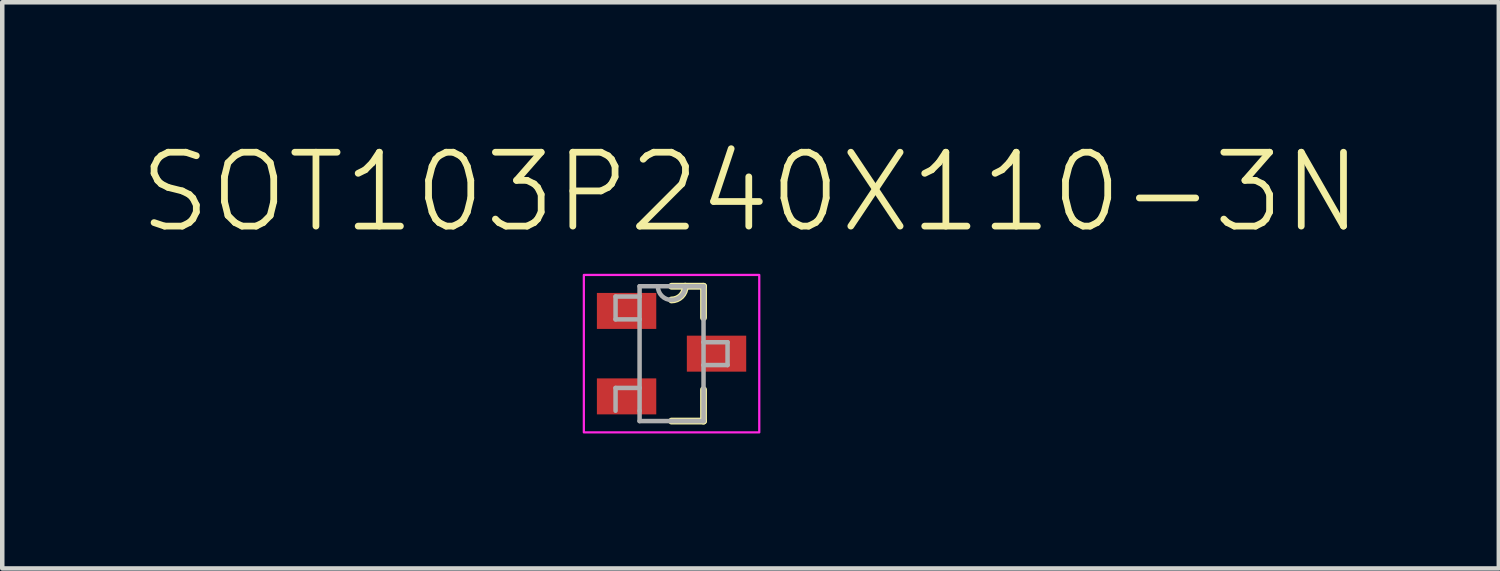
<source format=kicad_pcb>
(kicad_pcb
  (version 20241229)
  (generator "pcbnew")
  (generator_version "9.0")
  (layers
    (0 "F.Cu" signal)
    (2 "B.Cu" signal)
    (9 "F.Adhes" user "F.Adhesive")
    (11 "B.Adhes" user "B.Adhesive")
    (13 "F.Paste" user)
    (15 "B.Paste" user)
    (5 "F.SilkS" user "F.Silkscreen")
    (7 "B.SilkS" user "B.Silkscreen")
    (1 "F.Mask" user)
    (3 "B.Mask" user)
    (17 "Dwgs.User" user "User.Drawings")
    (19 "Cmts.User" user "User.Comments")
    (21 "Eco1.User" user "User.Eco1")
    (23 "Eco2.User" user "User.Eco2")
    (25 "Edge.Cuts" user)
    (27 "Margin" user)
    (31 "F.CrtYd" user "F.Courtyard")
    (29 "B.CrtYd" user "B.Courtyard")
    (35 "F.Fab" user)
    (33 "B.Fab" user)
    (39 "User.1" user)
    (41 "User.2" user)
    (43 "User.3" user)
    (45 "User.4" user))
  (footprint "SOT103P240X110-3N"
    (layer "F.Cu")
    (at 11.881 4.813)
    (property "Reference" "SOT103P240X110-3N" (at 1.756 -3.588 0) (layer "F.SilkS") (effects (font (size 1.643 1.643) (thickness 0.15))))
    (attr smd)
    (fp_line (start 0 1.499) (end 0.711 1.499) (stroke (width 0.152) (type solid)) (layer "F.SilkS"))
    (fp_line (start 0.305 -1.499) (end 0.000052 -1.499) (stroke (width 0.152) (type solid)) (layer "F.SilkS"))
    (fp_line (start 0.711 -1.499) (end 0.305 -1.499) (stroke (width 0.152) (type solid)) (layer "F.SilkS"))
    (fp_line (start 0.711 -0.8) (end 0.711 -1.499) (stroke (width 0.152) (type solid)) (layer "F.SilkS"))
    (fp_line (start 0.711 1.499) (end 0.711 0.8) (stroke (width 0.152) (type solid)) (layer "F.SilkS"))
    (fp_arc (start 0.303735 -1.498596) (mid 0.215164 -1.283122) (end 0 -1.1938) (stroke (width 0.1524) (type solid)) (layer "F.SilkS"))
    (fp_rect (start -1.95 -1.75) (end 1.95 1.75) (stroke (width 0.05) (type default)) (fill no) (layer "F.CrtYd"))
    (fp_line (start -1.245 -1.27) (end -1.245 -0.762) (stroke (width 0.1) (type solid)) (layer "F.Fab"))
    (fp_line (start -1.245 -0.762) (end -0.711 -0.762) (stroke (width 0.1) (type solid)) (layer "F.Fab"))
    (fp_line (start -1.245 0.762) (end -1.245 1.27) (stroke (width 0.1) (type solid)) (layer "F.Fab"))
    (fp_line (start -0.711 -1.499) (end -0.711 -1.27) (stroke (width 0.1) (type solid)) (layer "F.Fab"))
    (fp_line (start -0.711 -1.27) (end -1.245 -1.27) (stroke (width 0.1) (type solid)) (layer "F.Fab"))
    (fp_line (start -0.711 -1.27) (end -0.711 -0.762) (stroke (width 0.1) (type solid)) (layer "F.Fab"))
    (fp_line (start -0.711 -0.762) (end -0.711 0.762) (stroke (width 0.1) (type solid)) (layer "F.Fab"))
    (fp_line (start -0.711 0.762) (end -1.245 0.762) (stroke (width 0.1) (type solid)) (layer "F.Fab"))
    (fp_line (start -0.711 1.27) (end -0.711 0.762) (stroke (width 0.1) (type solid)) (layer "F.Fab"))
    (fp_line (start -0.711 1.499) (end -0.711 1.27) (stroke (width 0.1) (type solid)) (layer "F.Fab"))
    (fp_line (start -0.711 1.499) (end 0.711 1.499) (stroke (width 0.1) (type solid)) (layer "F.Fab"))
    (fp_line (start -0.305 -1.499) (end -0.711 -1.499) (stroke (width 0.1) (type solid)) (layer "F.Fab"))
    (fp_line (start 0.305 -1.499) (end -0.305 -1.499) (stroke (width 0.1) (type solid)) (layer "F.Fab"))
    (fp_line (start 0.711 -1.499) (end 0.305 -1.499) (stroke (width 0.1) (type solid)) (layer "F.Fab"))
    (fp_line (start 0.711 -0.254) (end 0.711 -1.499) (stroke (width 0.1) (type solid)) (layer "F.Fab"))
    (fp_line (start 0.711 0.254) (end 0.711 -0.254) (stroke (width 0.1) (type solid)) (layer "F.Fab"))
    (fp_line (start 0.711 0.254) (end 1.245 0.254) (stroke (width 0.1) (type solid)) (layer "F.Fab"))
    (fp_line (start 0.711 1.499) (end 0.711 0.254) (stroke (width 0.1) (type solid)) (layer "F.Fab"))
    (fp_line (start 1.245 -0.254) (end 0.711 -0.254) (stroke (width 0.1) (type solid)) (layer "F.Fab"))
    (fp_line (start 1.245 0.254) (end 1.245 -0.254) (stroke (width 0.1) (type solid)) (layer "F.Fab"))
    (fp_arc (start 0.3048 -1.4986) (mid 0 -1.1938) (end -0.3048 -1.4986) (stroke (width 0.1) (type solid)) (layer "F.Fab"))
    (pad "1" smd rect (at -1 -0.95) (size 1.32 0.8) (layers "F.Cu" "F.Mask" "F.Paste"))
    (pad "2" smd rect (at -1 0.95) (size 1.32 0.8) (layers "F.Cu" "F.Mask" "F.Paste"))
    (pad "3" smd rect (at 1 0) (size 1.32 0.8) (layers "F.Cu" "F.Mask" "F.Paste"))
    (zone (net_name "") (layer "F.Cu") (name "KEEPOUT") (hatch edge 0.5) (connect_pads) (min_thickness 0.25) (filled_areas_thickness no) (keepout (tracks allowed) (vias allowed) (pads allowed) (copperpour not_allowed) (footprints allowed)) (placement (enabled no)) (fill) (polygon (pts (xy 13.831 3.063) (xy 13.831 6.563) (xy 9.931 6.563) (xy 9.931 3.063)))))
  (gr_rect
    (start -3 -3)
    (end 30.274 9.588)
    (stroke (width 0.1) (type default))
    (fill no)
    (layer "Edge.Cuts")))
</source>
